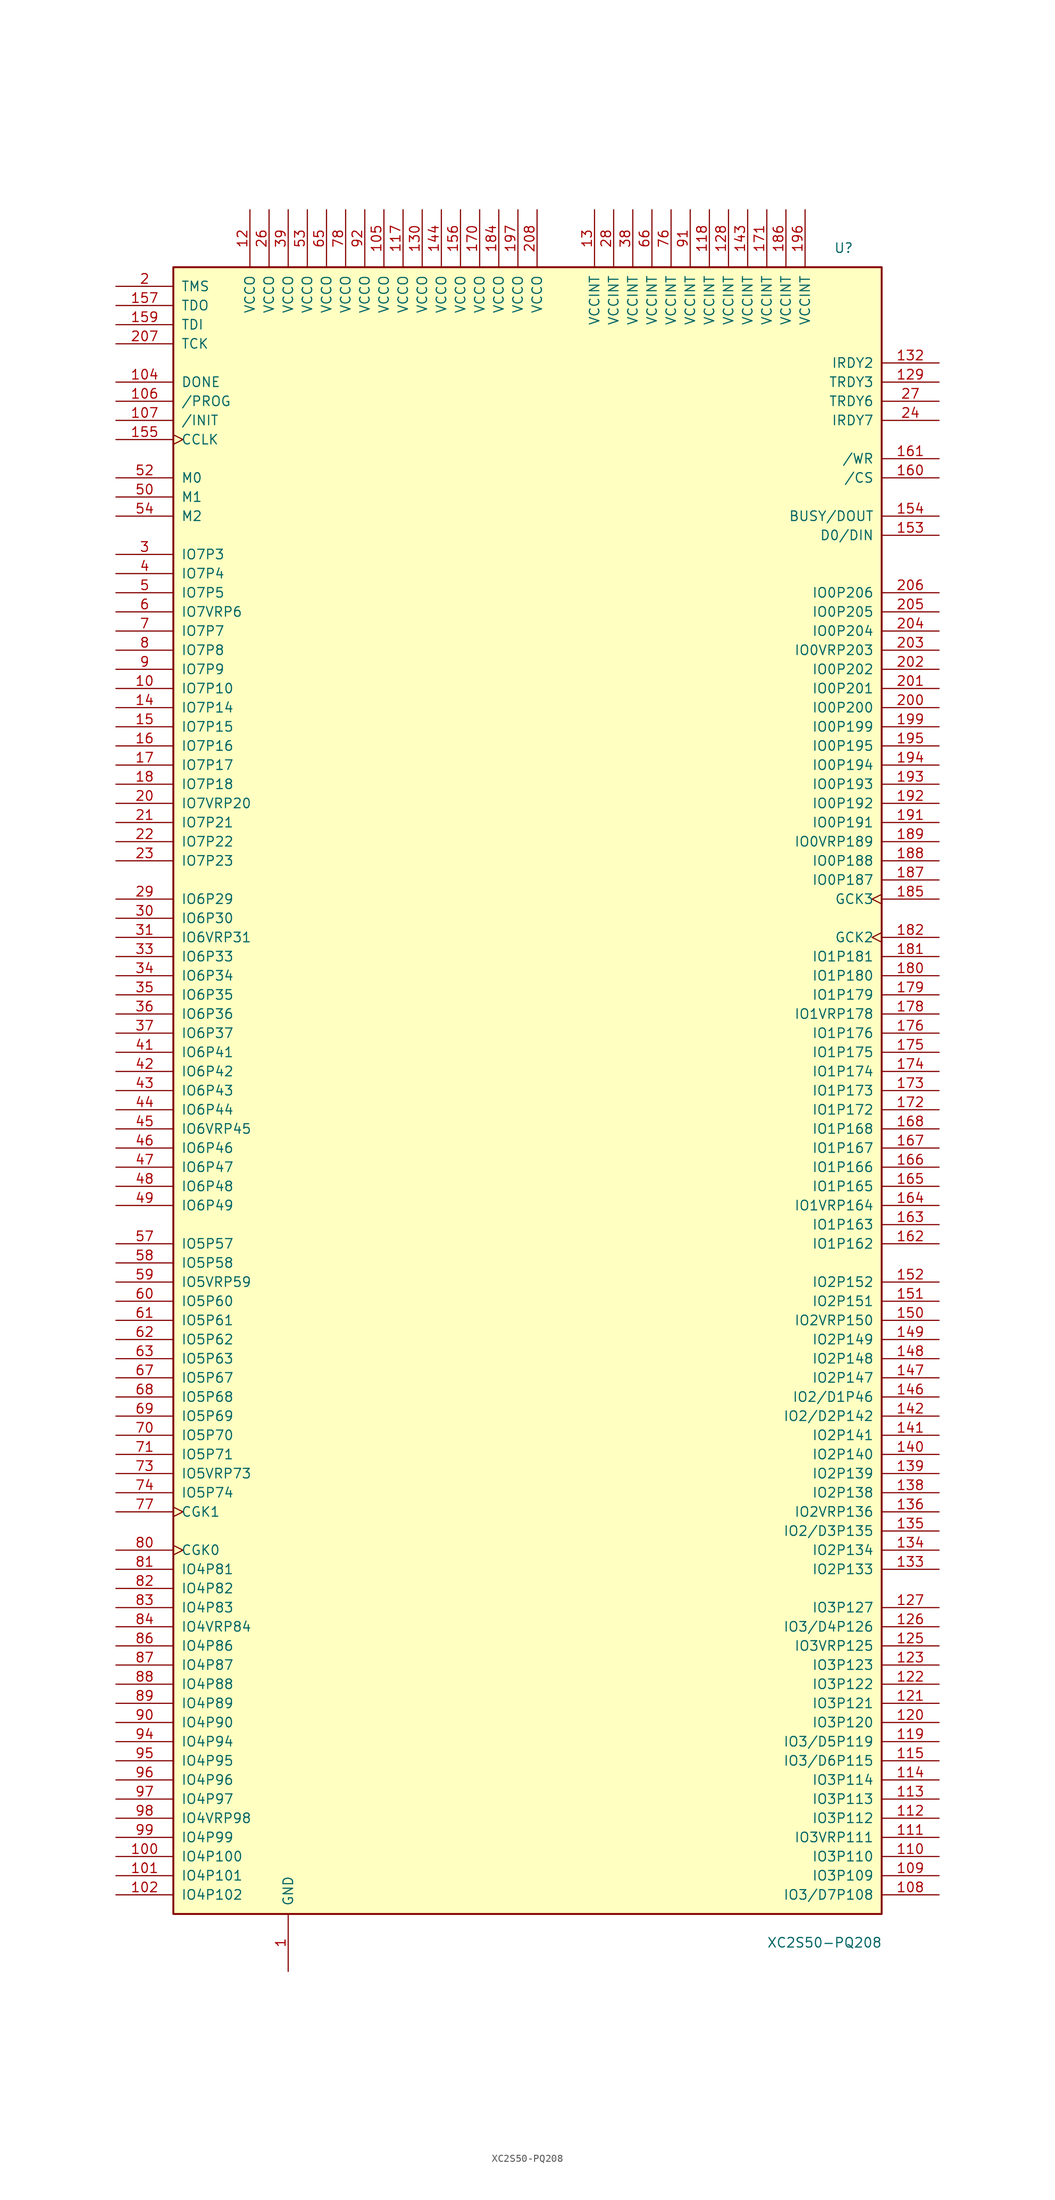
<source format=kicad_sym>
(kicad_symbol_lib
  (version 20231120)
  (generator "kicad_symbol_editor")
  (generator_version "8.0")
  (symbol "XC2S50-PQ208"
    (pin_names
      (offset 1.016))
    (property "Reference" "U"
      (at 40.64 111.76 0)
      (effects (font (size 1.27 1.27)) (justify left)))
    (property "Value" "XC2S50-PQ208"
      (at 31.75 -113.03 0)
      (effects (font (size 1.27 1.27)) (justify left)))
    (symbol "XC2S50-PQ208_0_1"
      (rectangle (start -46.99 109.22) (end 46.99 -109.22) (stroke (width 0.254) (type default)) (fill (type background))))
    (symbol "XC2S50-PQ208_1_1"
      (pin passive line (at -31.75 -116.84 90) (length 7.62) (name "GND" (effects (font (size 1.27 1.27)))) (number "1" (effects (font (size 1.27 1.27)))))
      (pin bidirectional line (at -54.61 53.34 0) (length 7.62) (name "IO7P10" (effects (font (size 1.27 1.27)))) (number "10" (effects (font (size 1.27 1.27)))))
      (pin bidirectional line (at -54.61 -101.6 0) (length 7.62) (name "IO4P100" (effects (font (size 1.27 1.27)))) (number "100" (effects (font (size 1.27 1.27)))))
      (pin bidirectional line (at -54.61 -104.14 0) (length 7.62) (name "IO4P101" (effects (font (size 1.27 1.27)))) (number "101" (effects (font (size 1.27 1.27)))))
      (pin bidirectional line (at -54.61 -106.68 0) (length 7.62) (name "IO4P102" (effects (font (size 1.27 1.27)))) (number "102" (effects (font (size 1.27 1.27)))))
      (pin passive line (at -31.75 -116.84 90) (length 7.62) hide (name "GND" (effects (font (size 1.27 1.27)))) (number "103" (effects (font (size 1.27 1.27)))))
      (pin bidirectional line (at -54.61 93.98 0) (length 7.62) (name "DONE" (effects (font (size 1.27 1.27)))) (number "104" (effects (font (size 1.27 1.27)))))
      (pin passive line (at -19.05 116.84 270) (length 7.62) (name "VCCO" (effects (font (size 1.27 1.27)))) (number "105" (effects (font (size 1.27 1.27)))))
      (pin input line (at -54.61 91.44 0) (length 7.62) (name "/PROG" (effects (font (size 1.27 1.27)))) (number "106" (effects (font (size 1.27 1.27)))))
      (pin bidirectional line (at -54.61 88.9 0) (length 7.62) (name "/INIT" (effects (font (size 1.27 1.27)))) (number "107" (effects (font (size 1.27 1.27)))))
      (pin bidirectional line (at 54.61 -106.68 180) (length 7.62) (name "IO3/D7P108" (effects (font (size 1.27 1.27)))) (number "108" (effects (font (size 1.27 1.27)))))
      (pin bidirectional line (at 54.61 -104.14 180) (length 7.62) (name "IO3P109" (effects (font (size 1.27 1.27)))) (number "109" (effects (font (size 1.27 1.27)))))
      (pin passive line (at -31.75 -116.84 90) (length 7.62) hide (name "GND" (effects (font (size 1.27 1.27)))) (number "11" (effects (font (size 1.27 1.27)))))
      (pin bidirectional line (at 54.61 -101.6 180) (length 7.62) (name "IO3P110" (effects (font (size 1.27 1.27)))) (number "110" (effects (font (size 1.27 1.27)))))
      (pin bidirectional line (at 54.61 -99.06 180) (length 7.62) (name "IO3VRP111" (effects (font (size 1.27 1.27)))) (number "111" (effects (font (size 1.27 1.27)))))
      (pin bidirectional line (at 54.61 -96.52 180) (length 7.62) (name "IO3P112" (effects (font (size 1.27 1.27)))) (number "112" (effects (font (size 1.27 1.27)))))
      (pin bidirectional line (at 54.61 -93.98 180) (length 7.62) (name "IO3P113" (effects (font (size 1.27 1.27)))) (number "113" (effects (font (size 1.27 1.27)))))
      (pin bidirectional line (at 54.61 -91.44 180) (length 7.62) (name "IO3P114" (effects (font (size 1.27 1.27)))) (number "114" (effects (font (size 1.27 1.27)))))
      (pin bidirectional line (at 54.61 -88.9 180) (length 7.62) (name "IO3/D6P115" (effects (font (size 1.27 1.27)))) (number "115" (effects (font (size 1.27 1.27)))))
      (pin passive line (at -31.75 -116.84 90) (length 7.62) hide (name "GND" (effects (font (size 1.27 1.27)))) (number "116" (effects (font (size 1.27 1.27)))))
      (pin passive line (at -16.51 116.84 270) (length 7.62) (name "VCCO" (effects (font (size 1.27 1.27)))) (number "117" (effects (font (size 1.27 1.27)))))
      (pin passive line (at 24.13 116.84 270) (length 7.62) (name "VCCINT" (effects (font (size 1.27 1.27)))) (number "118" (effects (font (size 1.27 1.27)))))
      (pin bidirectional line (at 54.61 -86.36 180) (length 7.62) (name "IO3/D5P119" (effects (font (size 1.27 1.27)))) (number "119" (effects (font (size 1.27 1.27)))))
      (pin passive line (at -36.83 116.84 270) (length 7.62) (name "VCCO" (effects (font (size 1.27 1.27)))) (number "12" (effects (font (size 1.27 1.27)))))
      (pin bidirectional line (at 54.61 -83.82 180) (length 7.62) (name "IO3P120" (effects (font (size 1.27 1.27)))) (number "120" (effects (font (size 1.27 1.27)))))
      (pin bidirectional line (at 54.61 -81.28 180) (length 7.62) (name "IO3P121" (effects (font (size 1.27 1.27)))) (number "121" (effects (font (size 1.27 1.27)))))
      (pin bidirectional line (at 54.61 -78.74 180) (length 7.62) (name "IO3P122" (effects (font (size 1.27 1.27)))) (number "122" (effects (font (size 1.27 1.27)))))
      (pin bidirectional line (at 54.61 -76.2 180) (length 7.62) (name "IO3P123" (effects (font (size 1.27 1.27)))) (number "123" (effects (font (size 1.27 1.27)))))
      (pin passive line (at -31.75 -116.84 90) (length 7.62) hide (name "GND" (effects (font (size 1.27 1.27)))) (number "124" (effects (font (size 1.27 1.27)))))
      (pin bidirectional line (at 54.61 -73.66 180) (length 7.62) (name "IO3VRP125" (effects (font (size 1.27 1.27)))) (number "125" (effects (font (size 1.27 1.27)))))
      (pin bidirectional line (at 54.61 -71.12 180) (length 7.62) (name "IO3/D4P126" (effects (font (size 1.27 1.27)))) (number "126" (effects (font (size 1.27 1.27)))))
      (pin bidirectional line (at 54.61 -68.58 180) (length 7.62) (name "IO3P127" (effects (font (size 1.27 1.27)))) (number "127" (effects (font (size 1.27 1.27)))))
      (pin passive line (at 26.67 116.84 270) (length 7.62) (name "VCCINT" (effects (font (size 1.27 1.27)))) (number "128" (effects (font (size 1.27 1.27)))))
      (pin bidirectional line (at 54.61 93.98 180) (length 7.62) (name "TRDY3" (effects (font (size 1.27 1.27)))) (number "129" (effects (font (size 1.27 1.27)))))
      (pin passive line (at 8.89 116.84 270) (length 7.62) (name "VCCINT" (effects (font (size 1.27 1.27)))) (number "13" (effects (font (size 1.27 1.27)))))
      (pin passive line (at -13.97 116.84 270) (length 7.62) (name "VCCO" (effects (font (size 1.27 1.27)))) (number "130" (effects (font (size 1.27 1.27)))))
      (pin passive line (at -31.75 -116.84 90) (length 7.62) hide (name "GND" (effects (font (size 1.27 1.27)))) (number "131" (effects (font (size 1.27 1.27)))))
      (pin bidirectional line (at 54.61 96.52 180) (length 7.62) (name "IRDY2" (effects (font (size 1.27 1.27)))) (number "132" (effects (font (size 1.27 1.27)))))
      (pin bidirectional line (at 54.61 -63.5 180) (length 7.62) (name "IO2P133" (effects (font (size 1.27 1.27)))) (number "133" (effects (font (size 1.27 1.27)))))
      (pin bidirectional line (at 54.61 -60.96 180) (length 7.62) (name "IO2P134" (effects (font (size 1.27 1.27)))) (number "134" (effects (font (size 1.27 1.27)))))
      (pin bidirectional line (at 54.61 -58.42 180) (length 7.62) (name "IO2/D3P135" (effects (font (size 1.27 1.27)))) (number "135" (effects (font (size 1.27 1.27)))))
      (pin bidirectional line (at 54.61 -55.88 180) (length 7.62) (name "IO2VRP136" (effects (font (size 1.27 1.27)))) (number "136" (effects (font (size 1.27 1.27)))))
      (pin passive line (at -31.75 -116.84 90) (length 7.62) hide (name "GND" (effects (font (size 1.27 1.27)))) (number "137" (effects (font (size 1.27 1.27)))))
      (pin bidirectional line (at 54.61 -53.34 180) (length 7.62) (name "IO2P138" (effects (font (size 1.27 1.27)))) (number "138" (effects (font (size 1.27 1.27)))))
      (pin bidirectional line (at 54.61 -50.8 180) (length 7.62) (name "IO2P139" (effects (font (size 1.27 1.27)))) (number "139" (effects (font (size 1.27 1.27)))))
      (pin bidirectional line (at -54.61 50.8 0) (length 7.62) (name "IO7P14" (effects (font (size 1.27 1.27)))) (number "14" (effects (font (size 1.27 1.27)))))
      (pin bidirectional line (at 54.61 -48.26 180) (length 7.62) (name "IO2P140" (effects (font (size 1.27 1.27)))) (number "140" (effects (font (size 1.27 1.27)))))
      (pin bidirectional line (at 54.61 -45.72 180) (length 7.62) (name "IO2P141" (effects (font (size 1.27 1.27)))) (number "141" (effects (font (size 1.27 1.27)))))
      (pin bidirectional line (at 54.61 -43.18 180) (length 7.62) (name "IO2/D2P142" (effects (font (size 1.27 1.27)))) (number "142" (effects (font (size 1.27 1.27)))))
      (pin passive line (at 29.21 116.84 270) (length 7.62) (name "VCCINT" (effects (font (size 1.27 1.27)))) (number "143" (effects (font (size 1.27 1.27)))))
      (pin passive line (at -11.43 116.84 270) (length 7.62) (name "VCCO" (effects (font (size 1.27 1.27)))) (number "144" (effects (font (size 1.27 1.27)))))
      (pin passive line (at -31.75 -116.84 90) (length 7.62) hide (name "GND" (effects (font (size 1.27 1.27)))) (number "145" (effects (font (size 1.27 1.27)))))
      (pin bidirectional line (at 54.61 -40.64 180) (length 7.62) (name "IO2/D1P46" (effects (font (size 1.27 1.27)))) (number "146" (effects (font (size 1.27 1.27)))))
      (pin bidirectional line (at 54.61 -38.1 180) (length 7.62) (name "IO2P147" (effects (font (size 1.27 1.27)))) (number "147" (effects (font (size 1.27 1.27)))))
      (pin bidirectional line (at 54.61 -35.56 180) (length 7.62) (name "IO2P148" (effects (font (size 1.27 1.27)))) (number "148" (effects (font (size 1.27 1.27)))))
      (pin bidirectional line (at 54.61 -33.02 180) (length 7.62) (name "IO2P149" (effects (font (size 1.27 1.27)))) (number "149" (effects (font (size 1.27 1.27)))))
      (pin bidirectional line (at -54.61 48.26 0) (length 7.62) (name "IO7P15" (effects (font (size 1.27 1.27)))) (number "15" (effects (font (size 1.27 1.27)))))
      (pin bidirectional line (at 54.61 -30.48 180) (length 7.62) (name "IO2VRP150" (effects (font (size 1.27 1.27)))) (number "150" (effects (font (size 1.27 1.27)))))
      (pin bidirectional line (at 54.61 -27.94 180) (length 7.62) (name "IO2P151" (effects (font (size 1.27 1.27)))) (number "151" (effects (font (size 1.27 1.27)))))
      (pin bidirectional line (at 54.61 -25.4 180) (length 7.62) (name "IO2P152" (effects (font (size 1.27 1.27)))) (number "152" (effects (font (size 1.27 1.27)))))
      (pin bidirectional line (at 54.61 73.66 180) (length 7.62) (name "D0/DIN" (effects (font (size 1.27 1.27)))) (number "153" (effects (font (size 1.27 1.27)))))
      (pin bidirectional line (at 54.61 76.2 180) (length 7.62) (name "BUSY/DOUT" (effects (font (size 1.27 1.27)))) (number "154" (effects (font (size 1.27 1.27)))))
      (pin bidirectional clock (at -54.61 86.36 0) (length 7.62) (name "CCLK" (effects (font (size 1.27 1.27)))) (number "155" (effects (font (size 1.27 1.27)))))
      (pin passive line (at -8.89 116.84 270) (length 7.62) (name "VCCO" (effects (font (size 1.27 1.27)))) (number "156" (effects (font (size 1.27 1.27)))))
      (pin bidirectional line (at -54.61 104.14 0) (length 7.62) (name "TDO" (effects (font (size 1.27 1.27)))) (number "157" (effects (font (size 1.27 1.27)))))
      (pin passive line (at -31.75 -116.84 90) (length 7.62) hide (name "GND" (effects (font (size 1.27 1.27)))) (number "158" (effects (font (size 1.27 1.27)))))
      (pin bidirectional line (at -54.61 101.6 0) (length 7.62) (name "TDI" (effects (font (size 1.27 1.27)))) (number "159" (effects (font (size 1.27 1.27)))))
      (pin bidirectional line (at -54.61 45.72 0) (length 7.62) (name "IO7P16" (effects (font (size 1.27 1.27)))) (number "16" (effects (font (size 1.27 1.27)))))
      (pin bidirectional line (at 54.61 81.28 180) (length 7.62) (name "/CS" (effects (font (size 1.27 1.27)))) (number "160" (effects (font (size 1.27 1.27)))))
      (pin bidirectional line (at 54.61 83.82 180) (length 7.62) (name "/WR" (effects (font (size 1.27 1.27)))) (number "161" (effects (font (size 1.27 1.27)))))
      (pin bidirectional line (at 54.61 -20.32 180) (length 7.62) (name "IO1P162" (effects (font (size 1.27 1.27)))) (number "162" (effects (font (size 1.27 1.27)))))
      (pin bidirectional line (at 54.61 -17.78 180) (length 7.62) (name "IO1P163" (effects (font (size 1.27 1.27)))) (number "163" (effects (font (size 1.27 1.27)))))
      (pin bidirectional line (at 54.61 -15.24 180) (length 7.62) (name "IO1VRP164" (effects (font (size 1.27 1.27)))) (number "164" (effects (font (size 1.27 1.27)))))
      (pin bidirectional line (at 54.61 -12.7 180) (length 7.62) (name "IO1P165" (effects (font (size 1.27 1.27)))) (number "165" (effects (font (size 1.27 1.27)))))
      (pin bidirectional line (at 54.61 -10.16 180) (length 7.62) (name "IO1P166" (effects (font (size 1.27 1.27)))) (number "166" (effects (font (size 1.27 1.27)))))
      (pin bidirectional line (at 54.61 -7.62 180) (length 7.62) (name "IO1P167" (effects (font (size 1.27 1.27)))) (number "167" (effects (font (size 1.27 1.27)))))
      (pin bidirectional line (at 54.61 -5.08 180) (length 7.62) (name "IO1P168" (effects (font (size 1.27 1.27)))) (number "168" (effects (font (size 1.27 1.27)))))
      (pin passive line (at -31.75 -116.84 90) (length 7.62) hide (name "GND" (effects (font (size 1.27 1.27)))) (number "169" (effects (font (size 1.27 1.27)))))
      (pin bidirectional line (at -54.61 43.18 0) (length 7.62) (name "IO7P17" (effects (font (size 1.27 1.27)))) (number "17" (effects (font (size 1.27 1.27)))))
      (pin passive line (at -6.35 116.84 270) (length 7.62) (name "VCCO" (effects (font (size 1.27 1.27)))) (number "170" (effects (font (size 1.27 1.27)))))
      (pin passive line (at 31.75 116.84 270) (length 7.62) (name "VCCINT" (effects (font (size 1.27 1.27)))) (number "171" (effects (font (size 1.27 1.27)))))
      (pin bidirectional line (at 54.61 -2.54 180) (length 7.62) (name "IO1P172" (effects (font (size 1.27 1.27)))) (number "172" (effects (font (size 1.27 1.27)))))
      (pin bidirectional line (at 54.61 0 180) (length 7.62) (name "IO1P173" (effects (font (size 1.27 1.27)))) (number "173" (effects (font (size 1.27 1.27)))))
      (pin bidirectional line (at 54.61 2.54 180) (length 7.62) (name "IO1P174" (effects (font (size 1.27 1.27)))) (number "174" (effects (font (size 1.27 1.27)))))
      (pin bidirectional line (at 54.61 5.08 180) (length 7.62) (name "IO1P175" (effects (font (size 1.27 1.27)))) (number "175" (effects (font (size 1.27 1.27)))))
      (pin bidirectional line (at 54.61 7.62 180) (length 7.62) (name "IO1P176" (effects (font (size 1.27 1.27)))) (number "176" (effects (font (size 1.27 1.27)))))
      (pin passive line (at -31.75 -116.84 90) (length 7.62) hide (name "GND" (effects (font (size 1.27 1.27)))) (number "177" (effects (font (size 1.27 1.27)))))
      (pin bidirectional line (at 54.61 10.16 180) (length 7.62) (name "IO1VRP178" (effects (font (size 1.27 1.27)))) (number "178" (effects (font (size 1.27 1.27)))))
      (pin bidirectional line (at 54.61 12.7 180) (length 7.62) (name "IO1P179" (effects (font (size 1.27 1.27)))) (number "179" (effects (font (size 1.27 1.27)))))
      (pin bidirectional line (at -54.61 40.64 0) (length 7.62) (name "IO7P18" (effects (font (size 1.27 1.27)))) (number "18" (effects (font (size 1.27 1.27)))))
      (pin bidirectional line (at 54.61 15.24 180) (length 7.62) (name "IO1P180" (effects (font (size 1.27 1.27)))) (number "180" (effects (font (size 1.27 1.27)))))
      (pin bidirectional line (at 54.61 17.78 180) (length 7.62) (name "IO1P181" (effects (font (size 1.27 1.27)))) (number "181" (effects (font (size 1.27 1.27)))))
      (pin input clock (at 54.61 20.32 180) (length 7.62) (name "GCK2" (effects (font (size 1.27 1.27)))) (number "182" (effects (font (size 1.27 1.27)))))
      (pin passive line (at -31.75 -116.84 90) (length 7.62) hide (name "GND" (effects (font (size 1.27 1.27)))) (number "183" (effects (font (size 1.27 1.27)))))
      (pin passive line (at -3.81 116.84 270) (length 7.62) (name "VCCO" (effects (font (size 1.27 1.27)))) (number "184" (effects (font (size 1.27 1.27)))))
      (pin input clock (at 54.61 25.4 180) (length 7.62) (name "GCK3" (effects (font (size 1.27 1.27)))) (number "185" (effects (font (size 1.27 1.27)))))
      (pin passive line (at 34.29 116.84 270) (length 7.62) (name "VCCINT" (effects (font (size 1.27 1.27)))) (number "186" (effects (font (size 1.27 1.27)))))
      (pin bidirectional line (at 54.61 27.94 180) (length 7.62) (name "IO0P187" (effects (font (size 1.27 1.27)))) (number "187" (effects (font (size 1.27 1.27)))))
      (pin bidirectional line (at 54.61 30.48 180) (length 7.62) (name "IO0P188" (effects (font (size 1.27 1.27)))) (number "188" (effects (font (size 1.27 1.27)))))
      (pin bidirectional line (at 54.61 33.02 180) (length 7.62) (name "IO0VRP189" (effects (font (size 1.27 1.27)))) (number "189" (effects (font (size 1.27 1.27)))))
      (pin passive line (at -31.75 -116.84 90) (length 7.62) hide (name "GND" (effects (font (size 1.27 1.27)))) (number "19" (effects (font (size 1.27 1.27)))))
      (pin passive line (at -31.75 -116.84 90) (length 7.62) hide (name "GND" (effects (font (size 1.27 1.27)))) (number "190" (effects (font (size 1.27 1.27)))))
      (pin bidirectional line (at 54.61 35.56 180) (length 7.62) (name "IO0P191" (effects (font (size 1.27 1.27)))) (number "191" (effects (font (size 1.27 1.27)))))
      (pin bidirectional line (at 54.61 38.1 180) (length 7.62) (name "IO0P192" (effects (font (size 1.27 1.27)))) (number "192" (effects (font (size 1.27 1.27)))))
      (pin bidirectional line (at 54.61 40.64 180) (length 7.62) (name "IO0P193" (effects (font (size 1.27 1.27)))) (number "193" (effects (font (size 1.27 1.27)))))
      (pin bidirectional line (at 54.61 43.18 180) (length 7.62) (name "IO0P194" (effects (font (size 1.27 1.27)))) (number "194" (effects (font (size 1.27 1.27)))))
      (pin bidirectional line (at 54.61 45.72 180) (length 7.62) (name "IO0P195" (effects (font (size 1.27 1.27)))) (number "195" (effects (font (size 1.27 1.27)))))
      (pin passive line (at 36.83 116.84 270) (length 7.62) (name "VCCINT" (effects (font (size 1.27 1.27)))) (number "196" (effects (font (size 1.27 1.27)))))
      (pin passive line (at -1.27 116.84 270) (length 7.62) (name "VCCO" (effects (font (size 1.27 1.27)))) (number "197" (effects (font (size 1.27 1.27)))))
      (pin passive line (at -31.75 -116.84 90) (length 7.62) hide (name "GND" (effects (font (size 1.27 1.27)))) (number "198" (effects (font (size 1.27 1.27)))))
      (pin bidirectional line (at 54.61 48.26 180) (length 7.62) (name "IO0P199" (effects (font (size 1.27 1.27)))) (number "199" (effects (font (size 1.27 1.27)))))
      (pin bidirectional line (at -54.61 106.68 0) (length 7.62) (name "TMS" (effects (font (size 1.27 1.27)))) (number "2" (effects (font (size 1.27 1.27)))))
      (pin bidirectional line (at -54.61 38.1 0) (length 7.62) (name "IO7VRP20" (effects (font (size 1.27 1.27)))) (number "20" (effects (font (size 1.27 1.27)))))
      (pin bidirectional line (at 54.61 50.8 180) (length 7.62) (name "IO0P200" (effects (font (size 1.27 1.27)))) (number "200" (effects (font (size 1.27 1.27)))))
      (pin bidirectional line (at 54.61 53.34 180) (length 7.62) (name "IO0P201" (effects (font (size 1.27 1.27)))) (number "201" (effects (font (size 1.27 1.27)))))
      (pin bidirectional line (at 54.61 55.88 180) (length 7.62) (name "IO0P202" (effects (font (size 1.27 1.27)))) (number "202" (effects (font (size 1.27 1.27)))))
      (pin bidirectional line (at 54.61 58.42 180) (length 7.62) (name "IO0VRP203" (effects (font (size 1.27 1.27)))) (number "203" (effects (font (size 1.27 1.27)))))
      (pin bidirectional line (at 54.61 60.96 180) (length 7.62) (name "IO0P204" (effects (font (size 1.27 1.27)))) (number "204" (effects (font (size 1.27 1.27)))))
      (pin bidirectional line (at 54.61 63.5 180) (length 7.62) (name "IO0P205" (effects (font (size 1.27 1.27)))) (number "205" (effects (font (size 1.27 1.27)))))
      (pin bidirectional line (at 54.61 66.04 180) (length 7.62) (name "IO0P206" (effects (font (size 1.27 1.27)))) (number "206" (effects (font (size 1.27 1.27)))))
      (pin bidirectional line (at -54.61 99.06 0) (length 7.62) (name "TCK" (effects (font (size 1.27 1.27)))) (number "207" (effects (font (size 1.27 1.27)))))
      (pin passive line (at 1.27 116.84 270) (length 7.62) (name "VCCO" (effects (font (size 1.27 1.27)))) (number "208" (effects (font (size 1.27 1.27)))))
      (pin bidirectional line (at -54.61 35.56 0) (length 7.62) (name "IO7P21" (effects (font (size 1.27 1.27)))) (number "21" (effects (font (size 1.27 1.27)))))
      (pin bidirectional line (at -54.61 33.02 0) (length 7.62) (name "IO7P22" (effects (font (size 1.27 1.27)))) (number "22" (effects (font (size 1.27 1.27)))))
      (pin bidirectional line (at -54.61 30.48 0) (length 7.62) (name "IO7P23" (effects (font (size 1.27 1.27)))) (number "23" (effects (font (size 1.27 1.27)))))
      (pin bidirectional line (at 54.61 88.9 180) (length 7.62) (name "IRDY7" (effects (font (size 1.27 1.27)))) (number "24" (effects (font (size 1.27 1.27)))))
      (pin passive line (at -31.75 -116.84 90) (length 7.62) hide (name "GND" (effects (font (size 1.27 1.27)))) (number "25" (effects (font (size 1.27 1.27)))))
      (pin passive line (at -34.29 116.84 270) (length 7.62) (name "VCCO" (effects (font (size 1.27 1.27)))) (number "26" (effects (font (size 1.27 1.27)))))
      (pin bidirectional line (at 54.61 91.44 180) (length 7.62) (name "TRDY6" (effects (font (size 1.27 1.27)))) (number "27" (effects (font (size 1.27 1.27)))))
      (pin passive line (at 11.43 116.84 270) (length 7.62) (name "VCCINT" (effects (font (size 1.27 1.27)))) (number "28" (effects (font (size 1.27 1.27)))))
      (pin bidirectional line (at -54.61 25.4 0) (length 7.62) (name "IO6P29" (effects (font (size 1.27 1.27)))) (number "29" (effects (font (size 1.27 1.27)))))
      (pin bidirectional line (at -54.61 71.12 0) (length 7.62) (name "IO7P3" (effects (font (size 1.27 1.27)))) (number "3" (effects (font (size 1.27 1.27)))))
      (pin bidirectional line (at -54.61 22.86 0) (length 7.62) (name "IO6P30" (effects (font (size 1.27 1.27)))) (number "30" (effects (font (size 1.27 1.27)))))
      (pin bidirectional line (at -54.61 20.32 0) (length 7.62) (name "IO6VRP31" (effects (font (size 1.27 1.27)))) (number "31" (effects (font (size 1.27 1.27)))))
      (pin passive line (at -31.75 -116.84 90) (length 7.62) hide (name "GND" (effects (font (size 1.27 1.27)))) (number "32" (effects (font (size 1.27 1.27)))))
      (pin bidirectional line (at -54.61 17.78 0) (length 7.62) (name "IO6P33" (effects (font (size 1.27 1.27)))) (number "33" (effects (font (size 1.27 1.27)))))
      (pin bidirectional line (at -54.61 15.24 0) (length 7.62) (name "IO6P34" (effects (font (size 1.27 1.27)))) (number "34" (effects (font (size 1.27 1.27)))))
      (pin bidirectional line (at -54.61 12.7 0) (length 7.62) (name "IO6P35" (effects (font (size 1.27 1.27)))) (number "35" (effects (font (size 1.27 1.27)))))
      (pin bidirectional line (at -54.61 10.16 0) (length 7.62) (name "IO6P36" (effects (font (size 1.27 1.27)))) (number "36" (effects (font (size 1.27 1.27)))))
      (pin bidirectional line (at -54.61 7.62 0) (length 7.62) (name "IO6P37" (effects (font (size 1.27 1.27)))) (number "37" (effects (font (size 1.27 1.27)))))
      (pin passive line (at 13.97 116.84 270) (length 7.62) (name "VCCINT" (effects (font (size 1.27 1.27)))) (number "38" (effects (font (size 1.27 1.27)))))
      (pin passive line (at -31.75 116.84 270) (length 7.62) (name "VCCO" (effects (font (size 1.27 1.27)))) (number "39" (effects (font (size 1.27 1.27)))))
      (pin bidirectional line (at -54.61 68.58 0) (length 7.62) (name "IO7P4" (effects (font (size 1.27 1.27)))) (number "4" (effects (font (size 1.27 1.27)))))
      (pin passive line (at -31.75 -116.84 90) (length 7.62) hide (name "GND" (effects (font (size 1.27 1.27)))) (number "40" (effects (font (size 1.27 1.27)))))
      (pin bidirectional line (at -54.61 5.08 0) (length 7.62) (name "IO6P41" (effects (font (size 1.27 1.27)))) (number "41" (effects (font (size 1.27 1.27)))))
      (pin bidirectional line (at -54.61 2.54 0) (length 7.62) (name "IO6P42" (effects (font (size 1.27 1.27)))) (number "42" (effects (font (size 1.27 1.27)))))
      (pin bidirectional line (at -54.61 0 0) (length 7.62) (name "IO6P43" (effects (font (size 1.27 1.27)))) (number "43" (effects (font (size 1.27 1.27)))))
      (pin bidirectional line (at -54.61 -2.54 0) (length 7.62) (name "IO6P44" (effects (font (size 1.27 1.27)))) (number "44" (effects (font (size 1.27 1.27)))))
      (pin bidirectional line (at -54.61 -5.08 0) (length 7.62) (name "IO6VRP45" (effects (font (size 1.27 1.27)))) (number "45" (effects (font (size 1.27 1.27)))))
      (pin bidirectional line (at -54.61 -7.62 0) (length 7.62) (name "IO6P46" (effects (font (size 1.27 1.27)))) (number "46" (effects (font (size 1.27 1.27)))))
      (pin bidirectional line (at -54.61 -10.16 0) (length 7.62) (name "IO6P47" (effects (font (size 1.27 1.27)))) (number "47" (effects (font (size 1.27 1.27)))))
      (pin bidirectional line (at -54.61 -12.7 0) (length 7.62) (name "IO6P48" (effects (font (size 1.27 1.27)))) (number "48" (effects (font (size 1.27 1.27)))))
      (pin bidirectional line (at -54.61 -15.24 0) (length 7.62) (name "IO6P49" (effects (font (size 1.27 1.27)))) (number "49" (effects (font (size 1.27 1.27)))))
      (pin bidirectional line (at -54.61 66.04 0) (length 7.62) (name "IO7P5" (effects (font (size 1.27 1.27)))) (number "5" (effects (font (size 1.27 1.27)))))
      (pin input line (at -54.61 78.74 0) (length 7.62) (name "M1" (effects (font (size 1.27 1.27)))) (number "50" (effects (font (size 1.27 1.27)))))
      (pin passive line (at -31.75 -116.84 90) (length 7.62) hide (name "GND" (effects (font (size 1.27 1.27)))) (number "51" (effects (font (size 1.27 1.27)))))
      (pin input line (at -54.61 81.28 0) (length 7.62) (name "M0" (effects (font (size 1.27 1.27)))) (number "52" (effects (font (size 1.27 1.27)))))
      (pin passive line (at -29.21 116.84 270) (length 7.62) (name "VCCO" (effects (font (size 1.27 1.27)))) (number "53" (effects (font (size 1.27 1.27)))))
      (pin input line (at -54.61 76.2 0) (length 7.62) (name "M2" (effects (font (size 1.27 1.27)))) (number "54" (effects (font (size 1.27 1.27)))))
      (pin bidirectional line (at -54.61 -20.32 0) (length 7.62) (name "IO5P57" (effects (font (size 1.27 1.27)))) (number "57" (effects (font (size 1.27 1.27)))))
      (pin bidirectional line (at -54.61 -22.86 0) (length 7.62) (name "IO5P58" (effects (font (size 1.27 1.27)))) (number "58" (effects (font (size 1.27 1.27)))))
      (pin bidirectional line (at -54.61 -25.4 0) (length 7.62) (name "IO5VRP59" (effects (font (size 1.27 1.27)))) (number "59" (effects (font (size 1.27 1.27)))))
      (pin bidirectional line (at -54.61 63.5 0) (length 7.62) (name "IO7VRP6" (effects (font (size 1.27 1.27)))) (number "6" (effects (font (size 1.27 1.27)))))
      (pin bidirectional line (at -54.61 -27.94 0) (length 7.62) (name "IO5P60" (effects (font (size 1.27 1.27)))) (number "60" (effects (font (size 1.27 1.27)))))
      (pin bidirectional line (at -54.61 -30.48 0) (length 7.62) (name "IO5P61" (effects (font (size 1.27 1.27)))) (number "61" (effects (font (size 1.27 1.27)))))
      (pin bidirectional line (at -54.61 -33.02 0) (length 7.62) (name "IO5P62" (effects (font (size 1.27 1.27)))) (number "62" (effects (font (size 1.27 1.27)))))
      (pin bidirectional line (at -54.61 -35.56 0) (length 7.62) (name "IO5P63" (effects (font (size 1.27 1.27)))) (number "63" (effects (font (size 1.27 1.27)))))
      (pin passive line (at -31.75 -116.84 90) (length 7.62) hide (name "GND" (effects (font (size 1.27 1.27)))) (number "64" (effects (font (size 1.27 1.27)))))
      (pin passive line (at -26.67 116.84 270) (length 7.62) (name "VCCO" (effects (font (size 1.27 1.27)))) (number "65" (effects (font (size 1.27 1.27)))))
      (pin passive line (at 16.51 116.84 270) (length 7.62) (name "VCCINT" (effects (font (size 1.27 1.27)))) (number "66" (effects (font (size 1.27 1.27)))))
      (pin bidirectional line (at -54.61 -38.1 0) (length 7.62) (name "IO5P67" (effects (font (size 1.27 1.27)))) (number "67" (effects (font (size 1.27 1.27)))))
      (pin bidirectional line (at -54.61 -40.64 0) (length 7.62) (name "IO5P68" (effects (font (size 1.27 1.27)))) (number "68" (effects (font (size 1.27 1.27)))))
      (pin bidirectional line (at -54.61 -43.18 0) (length 7.62) (name "IO5P69" (effects (font (size 1.27 1.27)))) (number "69" (effects (font (size 1.27 1.27)))))
      (pin bidirectional line (at -54.61 60.96 0) (length 7.62) (name "IO7P7" (effects (font (size 1.27 1.27)))) (number "7" (effects (font (size 1.27 1.27)))))
      (pin bidirectional line (at -54.61 -45.72 0) (length 7.62) (name "IO5P70" (effects (font (size 1.27 1.27)))) (number "70" (effects (font (size 1.27 1.27)))))
      (pin bidirectional line (at -54.61 -48.26 0) (length 7.62) (name "IO5P71" (effects (font (size 1.27 1.27)))) (number "71" (effects (font (size 1.27 1.27)))))
      (pin passive line (at -31.75 -116.84 90) (length 7.62) hide (name "GND" (effects (font (size 1.27 1.27)))) (number "72" (effects (font (size 1.27 1.27)))))
      (pin bidirectional line (at -54.61 -50.8 0) (length 7.62) (name "IO5VRP73" (effects (font (size 1.27 1.27)))) (number "73" (effects (font (size 1.27 1.27)))))
      (pin bidirectional line (at -54.61 -53.34 0) (length 7.62) (name "IO5P74" (effects (font (size 1.27 1.27)))) (number "74" (effects (font (size 1.27 1.27)))))
      (pin passive line (at 19.05 116.84 270) (length 7.62) (name "VCCINT" (effects (font (size 1.27 1.27)))) (number "76" (effects (font (size 1.27 1.27)))))
      (pin input clock (at -54.61 -55.88 0) (length 7.62) (name "CGK1" (effects (font (size 1.27 1.27)))) (number "77" (effects (font (size 1.27 1.27)))))
      (pin passive line (at -24.13 116.84 270) (length 7.62) (name "VCCO" (effects (font (size 1.27 1.27)))) (number "78" (effects (font (size 1.27 1.27)))))
      (pin passive line (at -31.75 -116.84 90) (length 7.62) hide (name "GND" (effects (font (size 1.27 1.27)))) (number "79" (effects (font (size 1.27 1.27)))))
      (pin bidirectional line (at -54.61 58.42 0) (length 7.62) (name "IO7P8" (effects (font (size 1.27 1.27)))) (number "8" (effects (font (size 1.27 1.27)))))
      (pin input clock (at -54.61 -60.96 0) (length 7.62) (name "CGK0" (effects (font (size 1.27 1.27)))) (number "80" (effects (font (size 1.27 1.27)))))
      (pin bidirectional line (at -54.61 -63.5 0) (length 7.62) (name "IO4P81" (effects (font (size 1.27 1.27)))) (number "81" (effects (font (size 1.27 1.27)))))
      (pin bidirectional line (at -54.61 -66.04 0) (length 7.62) (name "IO4P82" (effects (font (size 1.27 1.27)))) (number "82" (effects (font (size 1.27 1.27)))))
      (pin bidirectional line (at -54.61 -68.58 0) (length 7.62) (name "IO4P83" (effects (font (size 1.27 1.27)))) (number "83" (effects (font (size 1.27 1.27)))))
      (pin bidirectional line (at -54.61 -71.12 0) (length 7.62) (name "IO4VRP84" (effects (font (size 1.27 1.27)))) (number "84" (effects (font (size 1.27 1.27)))))
      (pin passive line (at -31.75 -116.84 90) (length 7.62) hide (name "GND" (effects (font (size 1.27 1.27)))) (number "85" (effects (font (size 1.27 1.27)))))
      (pin bidirectional line (at -54.61 -73.66 0) (length 7.62) (name "IO4P86" (effects (font (size 1.27 1.27)))) (number "86" (effects (font (size 1.27 1.27)))))
      (pin bidirectional line (at -54.61 -76.2 0) (length 7.62) (name "IO4P87" (effects (font (size 1.27 1.27)))) (number "87" (effects (font (size 1.27 1.27)))))
      (pin bidirectional line (at -54.61 -78.74 0) (length 7.62) (name "IO4P88" (effects (font (size 1.27 1.27)))) (number "88" (effects (font (size 1.27 1.27)))))
      (pin bidirectional line (at -54.61 -81.28 0) (length 7.62) (name "IO4P89" (effects (font (size 1.27 1.27)))) (number "89" (effects (font (size 1.27 1.27)))))
      (pin bidirectional line (at -54.61 55.88 0) (length 7.62) (name "IO7P9" (effects (font (size 1.27 1.27)))) (number "9" (effects (font (size 1.27 1.27)))))
      (pin bidirectional line (at -54.61 -83.82 0) (length 7.62) (name "IO4P90" (effects (font (size 1.27 1.27)))) (number "90" (effects (font (size 1.27 1.27)))))
      (pin passive line (at 21.59 116.84 270) (length 7.62) (name "VCCINT" (effects (font (size 1.27 1.27)))) (number "91" (effects (font (size 1.27 1.27)))))
      (pin passive line (at -21.59 116.84 270) (length 7.62) (name "VCCO" (effects (font (size 1.27 1.27)))) (number "92" (effects (font (size 1.27 1.27)))))
      (pin passive line (at -31.75 -116.84 90) (length 7.62) hide (name "GND" (effects (font (size 1.27 1.27)))) (number "93" (effects (font (size 1.27 1.27)))))
      (pin bidirectional line (at -54.61 -86.36 0) (length 7.62) (name "IO4P94" (effects (font (size 1.27 1.27)))) (number "94" (effects (font (size 1.27 1.27)))))
      (pin bidirectional line (at -54.61 -88.9 0) (length 7.62) (name "IO4P95" (effects (font (size 1.27 1.27)))) (number "95" (effects (font (size 1.27 1.27)))))
      (pin bidirectional line (at -54.61 -91.44 0) (length 7.62) (name "IO4P96" (effects (font (size 1.27 1.27)))) (number "96" (effects (font (size 1.27 1.27)))))
      (pin bidirectional line (at -54.61 -93.98 0) (length 7.62) (name "IO4P97" (effects (font (size 1.27 1.27)))) (number "97" (effects (font (size 1.27 1.27)))))
      (pin bidirectional line (at -54.61 -96.52 0) (length 7.62) (name "IO4VRP98" (effects (font (size 1.27 1.27)))) (number "98" (effects (font (size 1.27 1.27)))))
      (pin bidirectional line (at -54.61 -99.06 0) (length 7.62) (name "IO4P99" (effects (font (size 1.27 1.27)))) (number "99" (effects (font (size 1.27 1.27))))))))
</source>
